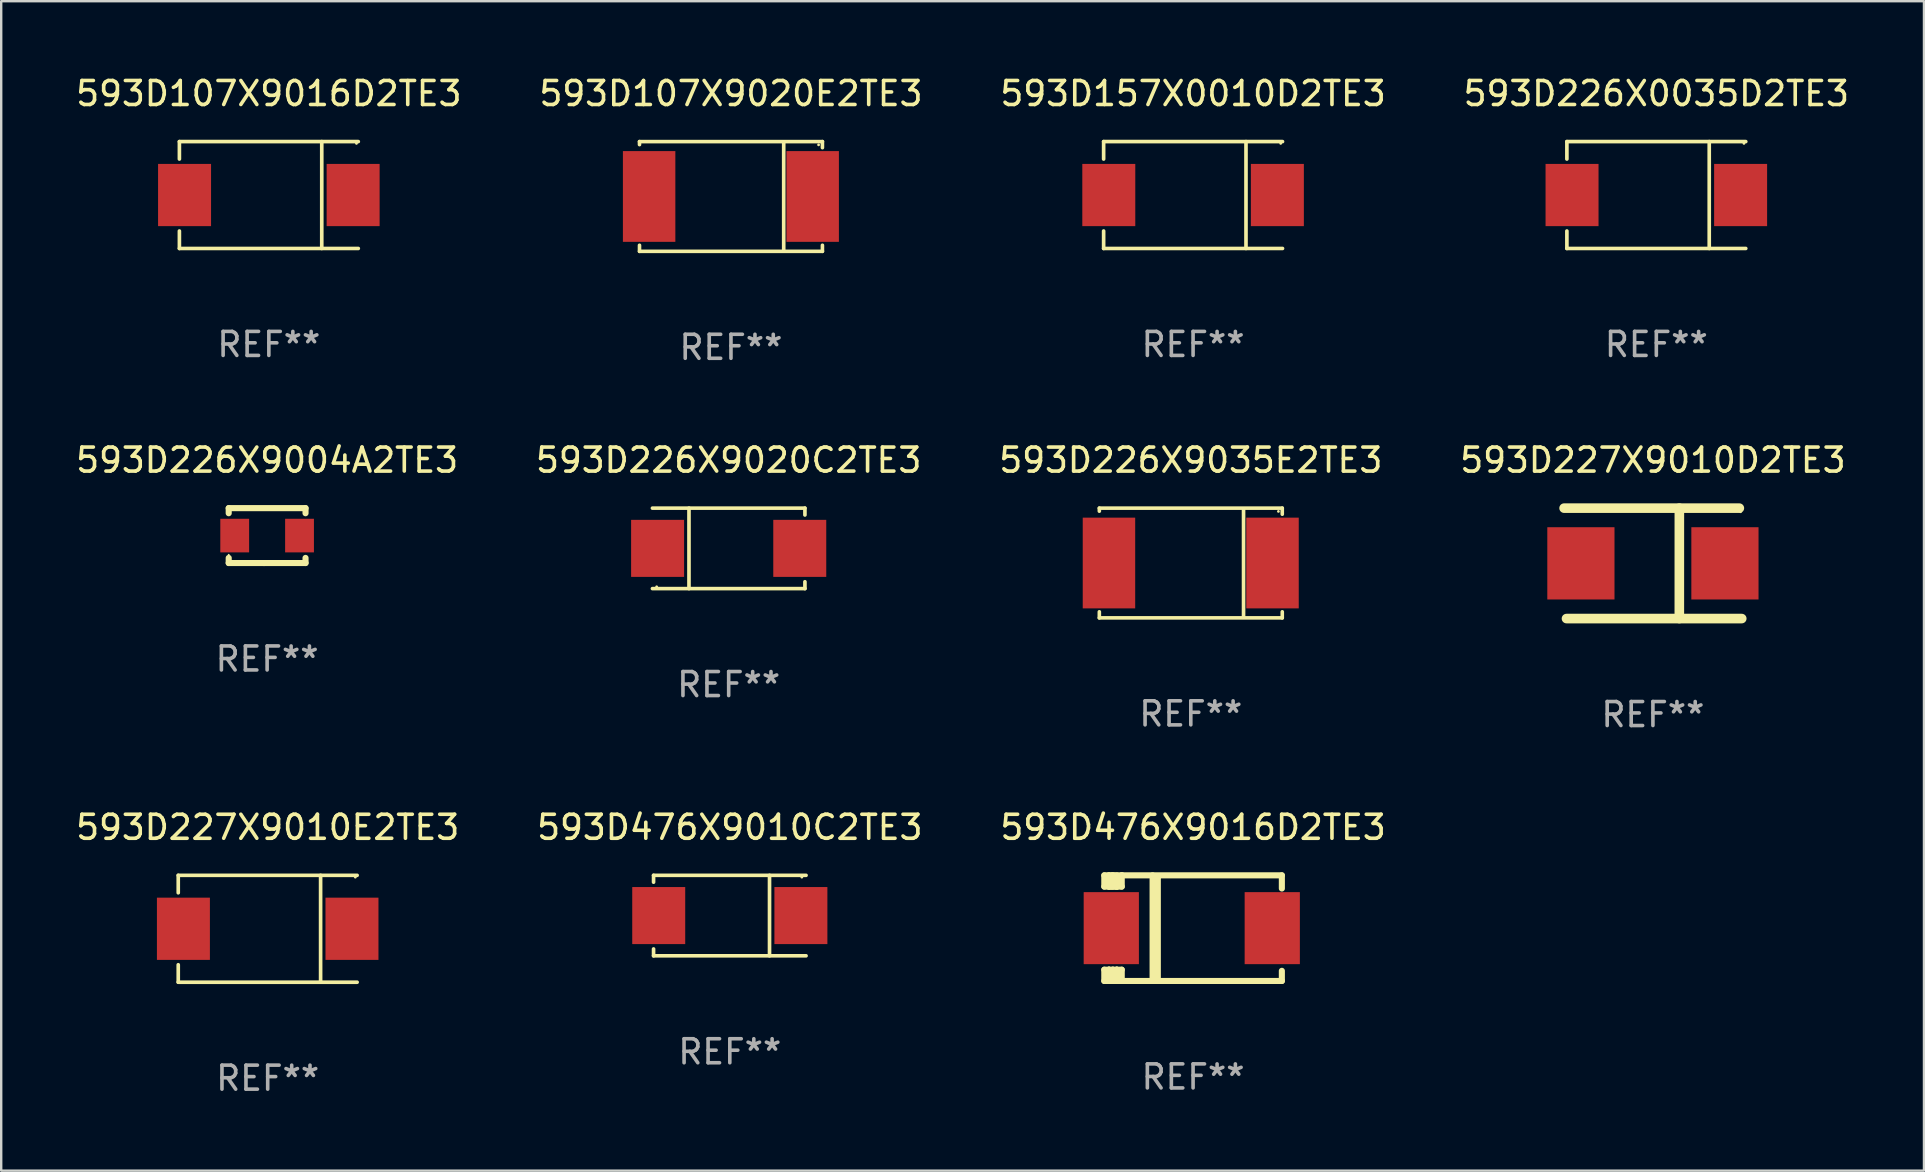
<source format=kicad_pcb>
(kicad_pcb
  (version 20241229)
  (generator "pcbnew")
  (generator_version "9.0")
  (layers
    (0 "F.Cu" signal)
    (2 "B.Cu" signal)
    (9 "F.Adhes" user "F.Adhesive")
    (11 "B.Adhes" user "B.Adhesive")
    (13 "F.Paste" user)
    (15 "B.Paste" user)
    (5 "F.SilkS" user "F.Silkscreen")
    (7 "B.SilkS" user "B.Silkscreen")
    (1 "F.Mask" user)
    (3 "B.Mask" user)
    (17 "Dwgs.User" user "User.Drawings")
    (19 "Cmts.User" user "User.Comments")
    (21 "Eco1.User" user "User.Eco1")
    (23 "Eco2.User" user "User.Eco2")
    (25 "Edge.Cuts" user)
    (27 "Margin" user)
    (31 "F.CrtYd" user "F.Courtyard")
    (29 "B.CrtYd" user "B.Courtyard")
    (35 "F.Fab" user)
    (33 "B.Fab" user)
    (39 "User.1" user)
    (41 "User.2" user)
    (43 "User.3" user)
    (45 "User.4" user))
  (footprint "593D476X9010C2TE3"
    (layer "F.Cu")
    (at 27.351 35.089)
    (property "Reference" "593D476X9010C2TE3" (at 0 -3.676 0) (layer "F.SilkS") (effects (font (size 1 1) (thickness 0.15))))
    (attr through_hole)
    (fp_line (start -3.176 -1.676) (end -3.176 -1.391) (stroke (width 0.152) (type solid)) (layer "F.SilkS"))
    (fp_line (start -3.176 -1.676) (end 3.176 -1.676) (stroke (width 0.152) (type solid)) (layer "F.SilkS"))
    (fp_line (start -3.176 1.676) (end -3.176 1.391) (stroke (width 0.152) (type solid)) (layer "F.SilkS"))
    (fp_line (start -3.176 1.676) (end 3.176 1.676) (stroke (width 0.152) (type solid)) (layer "F.SilkS"))
    (fp_line (start 1.654 -1.676) (end 1.654 1.676) (stroke (width 0.152) (type solid)) (layer "F.SilkS"))
    (fp_circle (center 3 -1.6) (end 3.03 -1.6) (stroke (width 0.06) (type solid)) (fill no) (layer "F.SilkS"))
    (fp_text user "REF**" (at 0 5.676 0) (layer "F.Fab") (effects (font (size 1 1) (thickness 0.15))))
    (pad "1" smd rect (at 2.961 0) (size 2.207 2.376) (layers "F.Cu" "F.Mask" "F.Paste"))
    (pad "2" smd rect (at -2.961 0) (size 2.207 2.376) (layers "F.Cu" "F.Mask" "F.Paste")))
  (footprint "593D107X9016D2TE3"
    (layer "F.Cu")
    (at 8.149 5.074)
    (property "Reference" "593D107X9016D2TE3" (at 0 -4.226 0) (layer "F.SilkS") (effects (font (size 1 1) (thickness 0.15))))
    (attr through_hole)
    (fp_line (start -3.726 -2.226) (end -3.726 -1.499) (stroke (width 0.152) (type solid)) (layer "F.SilkS"))
    (fp_line (start -3.726 -2.226) (end 3.726 -2.226) (stroke (width 0.152) (type solid)) (layer "F.SilkS"))
    (fp_line (start -3.726 2.226) (end -3.726 1.499) (stroke (width 0.152) (type solid)) (layer "F.SilkS"))
    (fp_line (start -3.726 2.226) (end 3.726 2.226) (stroke (width 0.152) (type solid)) (layer "F.SilkS"))
    (fp_line (start 2.204 -2.226) (end 2.204 2.226) (stroke (width 0.152) (type solid)) (layer "F.SilkS"))
    (fp_circle (center 3.65 -2.15) (end 3.68 -2.15) (stroke (width 0.06) (type solid)) (fill no) (layer "F.SilkS"))
    (fp_text user "REF**" (at 0 6.226 0) (layer "F.Fab") (effects (font (size 1 1) (thickness 0.15))))
    (pad "1" smd rect (at 3.511 0) (size 2.207 2.592) (layers "F.Cu" "F.Mask" "F.Paste"))
    (pad "2" smd rect (at -3.511 0) (size 2.207 2.592) (layers "F.Cu" "F.Mask" "F.Paste")))
  (footprint "593D227X9010D2TE3"
    (layer "F.Cu")
    (at 65.804 20.417)
    (property "Reference" "593D227X9010D2TE3" (at 0 -4.3 0) (layer "F.SilkS") (effects (font (size 1 1) (thickness 0.15))))
    (attr through_hole)
    (fp_line (start -3.7 -2.3) (end 3.6 -2.3) (stroke (width 0.4) (type solid)) (layer "F.SilkS"))
    (fp_line (start 1.1 2.3) (end 1.101 -2.3) (stroke (width 0.4) (type solid)) (layer "F.SilkS"))
    (fp_line (start 3.7 2.3) (end -3.6 2.3) (stroke (width 0.4) (type solid)) (layer "F.SilkS"))
    (fp_circle (center 3.65 -2.15) (end 3.68 -2.15) (stroke (width 0.06) (type solid)) (fill no) (layer "F.SilkS"))
    (fp_text user "REF**" (at 0 6.3 0) (layer "F.Fab") (effects (font (size 1 1) (thickness 0.15))))
    (pad "1" smd rect (at 3 0 180) (size 2.799 3.01) (layers "F.Cu" "F.Mask" "F.Paste"))
    (pad "2" smd rect (at -3 0 180) (size 2.799 3.01) (layers "F.Cu" "F.Mask" "F.Paste")))
  (footprint "593D226X9035E2TE3"
    (layer "F.Cu")
    (at 46.554 20.403)
    (property "Reference" "593D226X9035E2TE3" (at 0 -4.286 0) (layer "F.SilkS") (effects (font (size 1 1) (thickness 0.15))))
    (attr through_hole)
    (fp_line (start -3.81 -2.286) (end -3.81 -2.159) (stroke (width 0.15) (type solid)) (layer "F.SilkS"))
    (fp_line (start -3.81 2.032) (end -3.81 2.286) (stroke (width 0.15) (type solid)) (layer "F.SilkS"))
    (fp_line (start -3.81 2.286) (end 3.81 2.286) (stroke (width 0.15) (type solid)) (layer "F.SilkS"))
    (fp_line (start 2.197 -2.226) (end 2.197 2.226) (stroke (width 0.152) (type solid)) (layer "F.SilkS"))
    (fp_line (start 3.81 -2.286) (end -3.81 -2.286) (stroke (width 0.15) (type solid)) (layer "F.SilkS"))
    (fp_line (start 3.81 -2.032) (end 3.81 -2.286) (stroke (width 0.15) (type solid)) (layer "F.SilkS"))
    (fp_line (start 3.81 2.286) (end 3.81 2.032) (stroke (width 0.15) (type solid)) (layer "F.SilkS"))
    (fp_circle (center 3.65 -2.15) (end 3.68 -2.15) (stroke (width 0.06) (type solid)) (fill no) (layer "F.SilkS"))
    (fp_text user "REF**" (at 0 6.286 0) (layer "F.Fab") (effects (font (size 1 1) (thickness 0.15))))
    (pad "1" smd rect (at 3.404 0 180) (size 2.185 3.78) (layers "F.Cu" "F.Mask" "F.Paste"))
    (pad "2" smd rect (at -3.409 0 180) (size 2.185 3.78) (layers "F.Cu" "F.Mask" "F.Paste")))
  (footprint "593D227X9010E2TE3"
    (layer "F.Cu")
    (at 8.101 35.639)
    (property "Reference" "593D227X9010E2TE3" (at 0 -4.226 0) (layer "F.SilkS") (effects (font (size 1 1) (thickness 0.15))))
    (attr through_hole)
    (fp_line (start -3.726 -2.226) (end -3.726 -1.499) (stroke (width 0.152) (type solid)) (layer "F.SilkS"))
    (fp_line (start -3.726 -2.226) (end 3.726 -2.226) (stroke (width 0.152) (type solid)) (layer "F.SilkS"))
    (fp_line (start -3.726 2.226) (end -3.726 1.499) (stroke (width 0.152) (type solid)) (layer "F.SilkS"))
    (fp_line (start -3.726 2.226) (end 3.726 2.226) (stroke (width 0.152) (type solid)) (layer "F.SilkS"))
    (fp_line (start 2.204 -2.226) (end 2.204 2.226) (stroke (width 0.152) (type solid)) (layer "F.SilkS"))
    (fp_circle (center 3.65 -2.15) (end 3.68 -2.15) (stroke (width 0.06) (type solid)) (fill no) (layer "F.SilkS"))
    (fp_text user "REF**" (at 0 6.226 0) (layer "F.Fab") (effects (font (size 1 1) (thickness 0.15))))
    (pad "1" smd rect (at 3.511 0) (size 2.207 2.592) (layers "F.Cu" "F.Mask" "F.Paste"))
    (pad "2" smd rect (at -3.511 0) (size 2.207 2.592) (layers "F.Cu" "F.Mask" "F.Paste")))
  (footprint "593D226X9020C2TE3"
    (layer "F.Cu")
    (at 27.304 19.793)
    (property "Reference" "593D226X9020C2TE3" (at 0 -3.676 0) (layer "F.SilkS") (effects (font (size 1 1) (thickness 0.15))))
    (attr through_hole)
    (fp_line (start -1.654 1.676) (end -1.654 -1.676) (stroke (width 0.152) (type solid)) (layer "F.SilkS"))
    (fp_line (start 3.176 -1.676) (end -3.176 -1.676) (stroke (width 0.152) (type solid)) (layer "F.SilkS"))
    (fp_line (start 3.176 -1.676) (end 3.176 -1.391) (stroke (width 0.152) (type solid)) (layer "F.SilkS"))
    (fp_line (start 3.176 1.676) (end -3.176 1.676) (stroke (width 0.152) (type solid)) (layer "F.SilkS"))
    (fp_line (start 3.176 1.676) (end 3.176 1.391) (stroke (width 0.152) (type solid)) (layer "F.SilkS"))
    (fp_circle (center -3 1.6) (end -2.97 1.6) (stroke (width 0.06) (type solid)) (fill no) (layer "F.SilkS"))
    (fp_text user "REF**" (at 0 5.676 0) (layer "F.Fab") (effects (font (size 1 1) (thickness 0.15))))
    (pad "1" smd rect (at -2.961 -0.000051 180) (size 2.207 2.376) (layers "F.Cu" "F.Mask" "F.Paste"))
    (pad "2" smd rect (at 2.961 -0.000051 180) (size 2.207 2.376) (layers "F.Cu" "F.Mask" "F.Paste")))
  (footprint "593D226X9004A2TE3"
    (layer "F.Cu")
    (at 8.077 19.26)
    (property "Reference" "593D226X9004A2TE3" (at 0 -3.143 0) (layer "F.SilkS") (effects (font (size 1 1) (thickness 0.15))))
    (attr through_hole)
    (fp_line (start -1.6 1.143) (end -0.128 1.143) (stroke (width 0.254) (type solid)) (layer "F.SilkS"))
    (fp_line (start -1.6 -1.143) (end -1.6 -0.931) (stroke (width 0.254) (type solid)) (layer "F.SilkS"))
    (fp_line (start -1.6 -1.143) (end 1.6 -1.143) (stroke (width 0.254) (type solid)) (layer "F.SilkS"))
    (fp_line (start -1.6 0.931) (end -1.6 1.143) (stroke (width 0.254) (type solid)) (layer "F.SilkS"))
    (fp_line (start -0.128 1.143) (end -0.128 1.143) (stroke (width 0.254) (type solid)) (layer "F.SilkS"))
    (fp_line (start -0.128 1.143) (end 1.6 1.143) (stroke (width 0.254) (type solid)) (layer "F.SilkS"))
    (fp_line (start 1.6 -1.143) (end 1.6 -0.931) (stroke (width 0.254) (type solid)) (layer "F.SilkS"))
    (fp_line (start 1.6 0.931) (end 1.6 1.143) (stroke (width 0.254) (type solid)) (layer "F.SilkS"))
    (fp_circle (center -1.6 0.8) (end -1.58 0.8) (stroke (width 0.04) (type solid)) (fill no) (layer "F.SilkS"))
    (fp_text user "REF**" (at 0 5.143 0) (layer "F.Fab") (effects (font (size 1 1) (thickness 0.15))))
    (pad "1" smd rect (at -1.35 0) (size 1.2 1.4) (layers "F.Cu" "F.Mask" "F.Paste"))
    (pad "2" smd rect (at 1.35 0) (size 1.2 1.4) (layers "F.Cu" "F.Mask" "F.Paste")))
  (footprint "593D157X0010D2TE3"
    (layer "F.Cu")
    (at 46.649 5.074)
    (property "Reference" "593D157X0010D2TE3" (at 0 -4.226 0) (layer "F.SilkS") (effects (font (size 1 1) (thickness 0.15))))
    (attr through_hole)
    (fp_line (start -3.726 -2.226) (end -3.726 -1.499) (stroke (width 0.152) (type solid)) (layer "F.SilkS"))
    (fp_line (start -3.726 -2.226) (end 3.726 -2.226) (stroke (width 0.152) (type solid)) (layer "F.SilkS"))
    (fp_line (start -3.726 2.226) (end -3.726 1.499) (stroke (width 0.152) (type solid)) (layer "F.SilkS"))
    (fp_line (start -3.726 2.226) (end 3.726 2.226) (stroke (width 0.152) (type solid)) (layer "F.SilkS"))
    (fp_line (start 2.204 -2.226) (end 2.204 2.226) (stroke (width 0.152) (type solid)) (layer "F.SilkS"))
    (fp_circle (center 3.65 -2.15) (end 3.68 -2.15) (stroke (width 0.06) (type solid)) (fill no) (layer "F.SilkS"))
    (fp_text user "REF**" (at 0 6.226 0) (layer "F.Fab") (effects (font (size 1 1) (thickness 0.15))))
    (pad "1" smd rect (at 3.511 0) (size 2.207 2.592) (layers "F.Cu" "F.Mask" "F.Paste"))
    (pad "2" smd rect (at -3.511 0) (size 2.207 2.592) (layers "F.Cu" "F.Mask" "F.Paste")))
  (footprint "593D226X0035D2TE3"
    (layer "F.Cu")
    (at 65.946 5.074)
    (property "Reference" "593D226X0035D2TE3" (at 0 -4.226 0) (layer "F.SilkS") (effects (font (size 1 1) (thickness 0.15))))
    (attr through_hole)
    (fp_line (start -3.726 -2.226) (end -3.726 -1.499) (stroke (width 0.152) (type solid)) (layer "F.SilkS"))
    (fp_line (start -3.726 -2.226) (end 3.726 -2.226) (stroke (width 0.152) (type solid)) (layer "F.SilkS"))
    (fp_line (start -3.726 2.226) (end -3.726 1.499) (stroke (width 0.152) (type solid)) (layer "F.SilkS"))
    (fp_line (start -3.726 2.226) (end 3.726 2.226) (stroke (width 0.152) (type solid)) (layer "F.SilkS"))
    (fp_line (start 2.204 -2.226) (end 2.204 2.226) (stroke (width 0.152) (type solid)) (layer "F.SilkS"))
    (fp_circle (center 3.65 -2.15) (end 3.68 -2.15) (stroke (width 0.06) (type solid)) (fill no) (layer "F.SilkS"))
    (fp_text user "REF**" (at 0 6.226 0) (layer "F.Fab") (effects (font (size 1 1) (thickness 0.15))))
    (pad "1" smd rect (at 3.511 0) (size 2.207 2.592) (layers "F.Cu" "F.Mask" "F.Paste"))
    (pad "2" smd rect (at -3.511 0) (size 2.207 2.592) (layers "F.Cu" "F.Mask" "F.Paste")))
  (footprint "593D476X9016D2TE3"
    (layer "F.Cu")
    (at 46.649 35.613)
    (property "Reference" "593D476X9016D2TE3" (at 0 -4.2 0) (layer "F.SilkS") (effects (font (size 1 1) (thickness 0.15))))
    (attr through_hole)
    (fp_line (start -3.698 -2.2) (end -3.502 -2.2) (stroke (width 0.254) (type solid)) (layer "F.SilkS"))
    (fp_line (start -3.698 -1.731) (end -3.698 -2.2) (stroke (width 0.254) (type solid)) (layer "F.SilkS"))
    (fp_line (start -3.698 -1.731) (end -3.502 -1.731) (stroke (width 0.254) (type solid)) (layer "F.SilkS"))
    (fp_line (start -3.698 1.731) (end -3.502 1.731) (stroke (width 0.254) (type solid)) (layer "F.SilkS"))
    (fp_line (start -3.698 2.2) (end -3.698 1.731) (stroke (width 0.254) (type solid)) (layer "F.SilkS"))
    (fp_line (start -3.66 2.2) (end -3.698 2.2) (stroke (width 0.254) (type solid)) (layer "F.SilkS"))
    (fp_line (start -3.66 2.2) (end -3.346 2.2) (stroke (width 0.254) (type solid)) (layer "F.SilkS"))
    (fp_line (start -3.502 -2.2) (end 3.698 -2.2) (stroke (width 0.254) (type solid)) (layer "F.SilkS"))
    (fp_line (start -3.502 -1.731) (end -3.502 -2.2) (stroke (width 0.254) (type solid)) (layer "F.SilkS"))
    (fp_line (start -3.502 1.731) (end -3.502 1.778) (stroke (width 0.254) (type solid)) (layer "F.SilkS"))
    (fp_line (start -3.502 1.731) (end -3.178 1.731) (stroke (width 0.254) (type solid)) (layer "F.SilkS"))
    (fp_line (start -3.502 1.778) (end -3.502 1.731) (stroke (width 0.254) (type solid)) (layer "F.SilkS"))
    (fp_line (start -3.502 2.2) (end -3.502 1.778) (stroke (width 0.254) (type solid)) (layer "F.SilkS"))
    (fp_line (start -3.502 2.2) (end 3.698 2.2) (stroke (width 0.254) (type solid)) (layer "F.SilkS"))
    (fp_line (start -3.367 -2.2) (end -3.367 -1.731) (stroke (width 0.254) (type solid)) (layer "F.SilkS"))
    (fp_line (start -3.346 1.731) (end -3.346 2.2) (stroke (width 0.254) (type solid)) (layer "F.SilkS"))
    (fp_line (start -3.346 2.2) (end -3.346 2.2) (stroke (width 0.254) (type solid)) (layer "F.SilkS"))
    (fp_line (start -3.332 1.731) (end -3.346 1.731) (stroke (width 0.254) (type solid)) (layer "F.SilkS"))
    (fp_line (start -3.303 -2.2) (end -3.367 -2.2) (stroke (width 0.254) (type solid)) (layer "F.SilkS"))
    (fp_line (start -3.179 -1.731) (end -3.179 -1.731) (stroke (width 0.254) (type solid)) (layer "F.SilkS"))
    (fp_line (start -3.179 1.731) (end -3.179 2.2) (stroke (width 0.254) (type solid)) (layer "F.SilkS"))
    (fp_line (start -3.178 -1.731) (end -3.502 -1.731) (stroke (width 0.254) (type solid)) (layer "F.SilkS"))
    (fp_line (start -3.178 -1.731) (end -3.179 -1.731) (stroke (width 0.254) (type solid)) (layer "F.SilkS"))
    (fp_line (start -3.178 -1.731) (end -3.178 -2.2) (stroke (width 0.254) (type solid)) (layer "F.SilkS"))
    (fp_line (start -3.178 1.731) (end -3.178 1.731) (stroke (width 0.254) (type solid)) (layer "F.SilkS"))
    (fp_line (start -2.972 -2.2) (end -2.972 -1.731) (stroke (width 0.254) (type solid)) (layer "F.SilkS"))
    (fp_line (start -2.972 -1.731) (end -3.502 -1.731) (stroke (width 0.254) (type solid)) (layer "F.SilkS"))
    (fp_line (start -2.972 1.731) (end -3.179 1.731) (stroke (width 0.254) (type solid)) (layer "F.SilkS"))
    (fp_line (start -2.972 1.731) (end -2.972 2.2) (stroke (width 0.254) (type solid)) (layer "F.SilkS"))
    (fp_line (start -2.957 -2.2) (end -2.972 -2.2) (stroke (width 0.254) (type solid)) (layer "F.SilkS"))
    (fp_line (start -1.686 -2.2) (end -1.686 2.2) (stroke (width 0.254) (type solid)) (layer "F.SilkS"))
    (fp_line (start -1.469 -2.159) (end -1.469 2.2) (stroke (width 0.254) (type solid)) (layer "F.SilkS"))
    (fp_line (start -1.452 -2.159) (end -1.469 -2.159) (stroke (width 0.254) (type solid)) (layer "F.SilkS"))
    (fp_line (start 3.698 -2.2) (end 3.698 -1.651) (stroke (width 0.254) (type solid)) (layer "F.SilkS"))
    (fp_line (start 3.698 2.2) (end 3.698 1.778) (stroke (width 0.254) (type solid)) (layer "F.SilkS"))
    (fp_circle (center -3.552 2.15) (end -3.522 2.15) (stroke (width 0.06) (type solid)) (fill no) (layer "F.SilkS"))
    (fp_text user "REF**" (at 0 6.2 0) (layer "F.Fab") (effects (font (size 1 1) (thickness 0.15))))
    (pad "1" smd rect (at -3.407 0) (size 2.3 3) (layers "F.Cu" "F.Mask" "F.Paste"))
    (pad "2" smd rect (at 3.298 0) (size 2.3 3) (layers "F.Cu" "F.Mask" "F.Paste")))
  (footprint "593D107X9020E2TE3"
    (layer "F.Cu")
    (at 27.399 5.134)
    (property "Reference" "593D107X9020E2TE3" (at 0 -4.286 0) (layer "F.SilkS") (effects (font (size 1 1) (thickness 0.15))))
    (attr through_hole)
    (fp_line (start -3.81 -2.286) (end -3.81 -2.159) (stroke (width 0.15) (type solid)) (layer "F.SilkS"))
    (fp_line (start -3.81 2.032) (end -3.81 2.286) (stroke (width 0.15) (type solid)) (layer "F.SilkS"))
    (fp_line (start -3.81 2.286) (end 3.81 2.286) (stroke (width 0.15) (type solid)) (layer "F.SilkS"))
    (fp_line (start 2.197 -2.226) (end 2.197 2.226) (stroke (width 0.152) (type solid)) (layer "F.SilkS"))
    (fp_line (start 3.81 -2.286) (end -3.81 -2.286) (stroke (width 0.15) (type solid)) (layer "F.SilkS"))
    (fp_line (start 3.81 -2.032) (end 3.81 -2.286) (stroke (width 0.15) (type solid)) (layer "F.SilkS"))
    (fp_line (start 3.81 2.286) (end 3.81 2.032) (stroke (width 0.15) (type solid)) (layer "F.SilkS"))
    (fp_circle (center 3.65 -2.15) (end 3.68 -2.15) (stroke (width 0.06) (type solid)) (fill no) (layer "F.SilkS"))
    (fp_text user "REF**" (at 0 6.286 0) (layer "F.Fab") (effects (font (size 1 1) (thickness 0.15))))
    (pad "1" smd rect (at 3.404 0 180) (size 2.185 3.78) (layers "F.Cu" "F.Mask" "F.Paste"))
    (pad "2" smd rect (at -3.409 0 180) (size 2.185 3.78) (layers "F.Cu" "F.Mask" "F.Paste")))
  (gr_rect
    (start -3 -3)
    (end 77.095 45.714)
    (stroke (width 0.1) (type default))
    (fill no)
    (layer "Edge.Cuts")))
</source>
